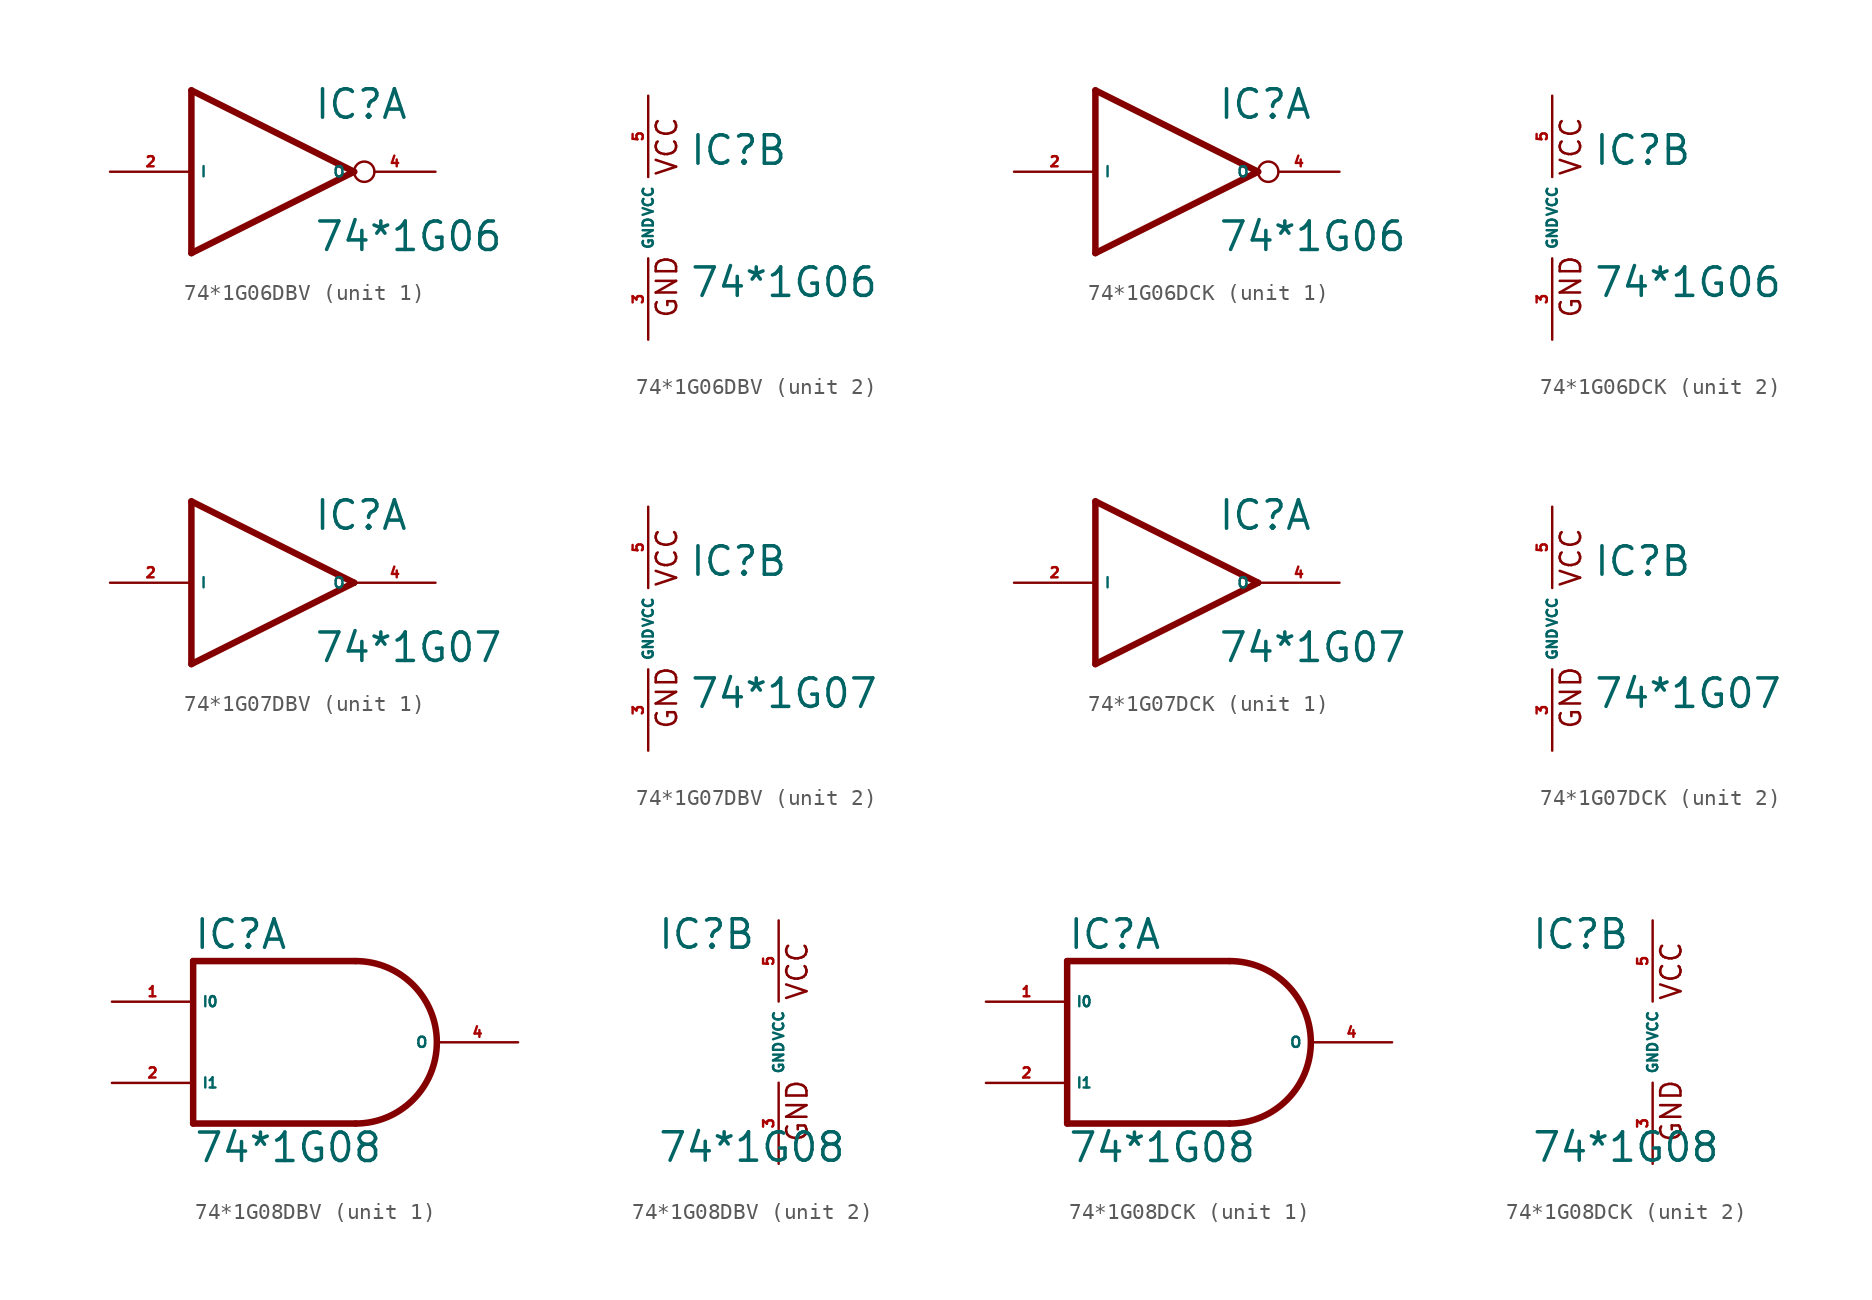
<source format=kicad_sym>
(kicad_symbol_lib
  (version 20220914)
  (generator Eagle2Kicad)
  (symbol "74*1G06DBV"
    (property "Reference" "IC"
      (at 2.54 3.175 0)
      (effects (font (size 1.778 1.778) (thickness 0.22)) (justify left bottom)))
    (property "Value" "74*1G06"
      (at 2.54 -5.08 0)
      (effects (font (size 1.778 1.778) (thickness 0.22)) (justify left bottom)))
    (symbol "74*1G06DBV_1_0"
      (polyline (pts (xy -5.08 5.08) (xy 5.08 0)) (stroke (width 0.406) (type default)) (fill (type none)))
      (polyline (pts (xy 5.08 0) (xy -5.08 -5.08)) (stroke (width 0.406) (type default)) (fill (type none)))
      (polyline (pts (xy -5.08 -5.08) (xy -5.08 5.08)) (stroke (width 0.406) (type default)) (fill (type none)))
      (pin input line (at -10.16 0 0) (length 5.08) (name "I" (effects (font (size 0.635 0.635) (thickness 0.08)) (justify left bottom))) (number "2" (effects (font (size 0.635 0.635) (thickness 0.08)) (justify left bottom))))
      (pin open_collector inverted (at 10.16 0 180) (length 5.08) (name "O" (effects (font (size 0.635 0.635) (thickness 0.08)) (justify left bottom))) (number "4" (effects (font (size 0.635 0.635) (thickness 0.08)) (justify left bottom)))))
    (symbol "74*1G06DBV_2_0"
      (text "GND" (at 1.905 -6.35 900) (effects (font (size 1.27 1.27) (thickness 0.16)) (justify left bottom)))
      (text "VCC" (at 1.905 2.54 900) (effects (font (size 1.27 1.27) (thickness 0.16)) (justify left bottom)))
      (pin unspecified line (at 0 -7.62 90) (length 5.08) (name "GND" (effects (font (size 0.635 0.635) (thickness 0.08)) (justify left bottom))) (number "3" (effects (font (size 0.635 0.635) (thickness 0.08)) (justify left bottom))))
      (pin unspecified line (at 0 7.62 270) (length 5.08) (name "VCC" (effects (font (size 0.635 0.635) (thickness 0.08)) (justify left bottom))) (number "5" (effects (font (size 0.635 0.635) (thickness 0.08)) (justify left bottom))))))
  (symbol "74*1G06DCK"
    (property "Reference" "IC"
      (at 2.54 3.175 0)
      (effects (font (size 1.778 1.778) (thickness 0.22)) (justify left bottom)))
    (property "Value" "74*1G06"
      (at 2.54 -5.08 0)
      (effects (font (size 1.778 1.778) (thickness 0.22)) (justify left bottom)))
    (symbol "74*1G06DCK_1_0"
      (polyline (pts (xy -5.08 5.08) (xy 5.08 0)) (stroke (width 0.406) (type default)) (fill (type none)))
      (polyline (pts (xy 5.08 0) (xy -5.08 -5.08)) (stroke (width 0.406) (type default)) (fill (type none)))
      (polyline (pts (xy -5.08 -5.08) (xy -5.08 5.08)) (stroke (width 0.406) (type default)) (fill (type none)))
      (pin input line (at -10.16 0 0) (length 5.08) (name "I" (effects (font (size 0.635 0.635) (thickness 0.08)) (justify left bottom))) (number "2" (effects (font (size 0.635 0.635) (thickness 0.08)) (justify left bottom))))
      (pin open_collector inverted (at 10.16 0 180) (length 5.08) (name "O" (effects (font (size 0.635 0.635) (thickness 0.08)) (justify left bottom))) (number "4" (effects (font (size 0.635 0.635) (thickness 0.08)) (justify left bottom)))))
    (symbol "74*1G06DCK_2_0"
      (text "GND" (at 1.905 -6.35 900) (effects (font (size 1.27 1.27) (thickness 0.16)) (justify left bottom)))
      (text "VCC" (at 1.905 2.54 900) (effects (font (size 1.27 1.27) (thickness 0.16)) (justify left bottom)))
      (pin unspecified line (at 0 -7.62 90) (length 5.08) (name "GND" (effects (font (size 0.635 0.635) (thickness 0.08)) (justify left bottom))) (number "3" (effects (font (size 0.635 0.635) (thickness 0.08)) (justify left bottom))))
      (pin unspecified line (at 0 7.62 270) (length 5.08) (name "VCC" (effects (font (size 0.635 0.635) (thickness 0.08)) (justify left bottom))) (number "5" (effects (font (size 0.635 0.635) (thickness 0.08)) (justify left bottom))))))
  (symbol "74*1G07DBV"
    (property "Reference" "IC"
      (at 2.54 3.175 0)
      (effects (font (size 1.778 1.778) (thickness 0.22)) (justify left bottom)))
    (property "Value" "74*1G07"
      (at 2.54 -5.08 0)
      (effects (font (size 1.778 1.778) (thickness 0.22)) (justify left bottom)))
    (symbol "74*1G07DBV_1_0"
      (polyline (pts (xy -5.08 5.08) (xy 5.08 0)) (stroke (width 0.406) (type default)) (fill (type none)))
      (polyline (pts (xy 5.08 0) (xy -5.08 -5.08)) (stroke (width 0.406) (type default)) (fill (type none)))
      (polyline (pts (xy -5.08 -5.08) (xy -5.08 5.08)) (stroke (width 0.406) (type default)) (fill (type none)))
      (pin input line (at -10.16 0 0) (length 5.08) (name "I" (effects (font (size 0.635 0.635) (thickness 0.08)) (justify left bottom))) (number "2" (effects (font (size 0.635 0.635) (thickness 0.08)) (justify left bottom))))
      (pin open_collector line (at 10.16 0 180) (length 5.08) (name "O" (effects (font (size 0.635 0.635) (thickness 0.08)) (justify left bottom))) (number "4" (effects (font (size 0.635 0.635) (thickness 0.08)) (justify left bottom)))))
    (symbol "74*1G07DBV_2_0"
      (text "GND" (at 1.905 -6.35 900) (effects (font (size 1.27 1.27) (thickness 0.16)) (justify left bottom)))
      (text "VCC" (at 1.905 2.54 900) (effects (font (size 1.27 1.27) (thickness 0.16)) (justify left bottom)))
      (pin unspecified line (at 0 -7.62 90) (length 5.08) (name "GND" (effects (font (size 0.635 0.635) (thickness 0.08)) (justify left bottom))) (number "3" (effects (font (size 0.635 0.635) (thickness 0.08)) (justify left bottom))))
      (pin unspecified line (at 0 7.62 270) (length 5.08) (name "VCC" (effects (font (size 0.635 0.635) (thickness 0.08)) (justify left bottom))) (number "5" (effects (font (size 0.635 0.635) (thickness 0.08)) (justify left bottom))))))
  (symbol "74*1G07DCK"
    (property "Reference" "IC"
      (at 2.54 3.175 0)
      (effects (font (size 1.778 1.778) (thickness 0.22)) (justify left bottom)))
    (property "Value" "74*1G07"
      (at 2.54 -5.08 0)
      (effects (font (size 1.778 1.778) (thickness 0.22)) (justify left bottom)))
    (symbol "74*1G07DCK_1_0"
      (polyline (pts (xy -5.08 5.08) (xy 5.08 0)) (stroke (width 0.406) (type default)) (fill (type none)))
      (polyline (pts (xy 5.08 0) (xy -5.08 -5.08)) (stroke (width 0.406) (type default)) (fill (type none)))
      (polyline (pts (xy -5.08 -5.08) (xy -5.08 5.08)) (stroke (width 0.406) (type default)) (fill (type none)))
      (pin input line (at -10.16 0 0) (length 5.08) (name "I" (effects (font (size 0.635 0.635) (thickness 0.08)) (justify left bottom))) (number "2" (effects (font (size 0.635 0.635) (thickness 0.08)) (justify left bottom))))
      (pin open_collector line (at 10.16 0 180) (length 5.08) (name "O" (effects (font (size 0.635 0.635) (thickness 0.08)) (justify left bottom))) (number "4" (effects (font (size 0.635 0.635) (thickness 0.08)) (justify left bottom)))))
    (symbol "74*1G07DCK_2_0"
      (text "GND" (at 1.905 -6.35 900) (effects (font (size 1.27 1.27) (thickness 0.16)) (justify left bottom)))
      (text "VCC" (at 1.905 2.54 900) (effects (font (size 1.27 1.27) (thickness 0.16)) (justify left bottom)))
      (pin unspecified line (at 0 -7.62 90) (length 5.08) (name "GND" (effects (font (size 0.635 0.635) (thickness 0.08)) (justify left bottom))) (number "3" (effects (font (size 0.635 0.635) (thickness 0.08)) (justify left bottom))))
      (pin unspecified line (at 0 7.62 270) (length 5.08) (name "VCC" (effects (font (size 0.635 0.635) (thickness 0.08)) (justify left bottom))) (number "5" (effects (font (size 0.635 0.635) (thickness 0.08)) (justify left bottom))))))
  (symbol "74*1G08DBV"
    (property "Reference" "IC"
      (at -7.62 5.715 0)
      (effects (font (size 1.778 1.778) (thickness 0.22)) (justify left bottom)))
    (property "Value" "74*1G08"
      (at -7.62 -7.62 0)
      (effects (font (size 1.778 1.778) (thickness 0.22)) (justify left bottom)))
    (symbol "74*1G08DBV_1_0"
      (polyline (pts (xy -7.62 5.08) (xy -7.62 -5.08)) (stroke (width 0.406) (type default)) (fill (type none)))
      (polyline (pts (xy -7.62 -5.08) (xy 2.54 -5.08)) (stroke (width 0.406) (type default)) (fill (type none)))
      (arc (start 2.54 -5.08) (mid 7.620 0.000) (end 2.54 5.08) (stroke (width 0.4064) (type default)) (fill (type none)))
      (polyline (pts (xy 2.54 5.08) (xy -7.62 5.08)) (stroke (width 0.406) (type default)) (fill (type none)))
      (pin input line (at -12.7 2.54 0) (length 5.08) (name "I0" (effects (font (size 0.635 0.635) (thickness 0.08)) (justify left bottom))) (number "1" (effects (font (size 0.635 0.635) (thickness 0.08)) (justify left bottom))))
      (pin input line (at -12.7 -2.54 0) (length 5.08) (name "I1" (effects (font (size 0.635 0.635) (thickness 0.08)) (justify left bottom))) (number "2" (effects (font (size 0.635 0.635) (thickness 0.08)) (justify left bottom))))
      (pin output line (at 12.7 0 180) (length 5.08) (name "O" (effects (font (size 0.635 0.635) (thickness 0.08)) (justify left bottom))) (number "4" (effects (font (size 0.635 0.635) (thickness 0.08)) (justify left bottom)))))
    (symbol "74*1G08DBV_2_0"
      (text "GND" (at 1.905 -6.35 900) (effects (font (size 1.27 1.27) (thickness 0.16)) (justify left bottom)))
      (text "VCC" (at 1.905 2.54 900) (effects (font (size 1.27 1.27) (thickness 0.16)) (justify left bottom)))
      (pin unspecified line (at 0 -7.62 90) (length 5.08) (name "GND" (effects (font (size 0.635 0.635) (thickness 0.08)) (justify left bottom))) (number "3" (effects (font (size 0.635 0.635) (thickness 0.08)) (justify left bottom))))
      (pin unspecified line (at 0 7.62 270) (length 5.08) (name "VCC" (effects (font (size 0.635 0.635) (thickness 0.08)) (justify left bottom))) (number "5" (effects (font (size 0.635 0.635) (thickness 0.08)) (justify left bottom))))))
  (symbol "74*1G08DCK"
    (property "Reference" "IC"
      (at -7.62 5.715 0)
      (effects (font (size 1.778 1.778) (thickness 0.22)) (justify left bottom)))
    (property "Value" "74*1G08"
      (at -7.62 -7.62 0)
      (effects (font (size 1.778 1.778) (thickness 0.22)) (justify left bottom)))
    (symbol "74*1G08DCK_1_0"
      (polyline (pts (xy -7.62 5.08) (xy -7.62 -5.08)) (stroke (width 0.406) (type default)) (fill (type none)))
      (polyline (pts (xy -7.62 -5.08) (xy 2.54 -5.08)) (stroke (width 0.406) (type default)) (fill (type none)))
      (arc (start 2.54 -5.08) (mid 7.620 0.000) (end 2.54 5.08) (stroke (width 0.4064) (type default)) (fill (type none)))
      (polyline (pts (xy 2.54 5.08) (xy -7.62 5.08)) (stroke (width 0.406) (type default)) (fill (type none)))
      (pin input line (at -12.7 2.54 0) (length 5.08) (name "I0" (effects (font (size 0.635 0.635) (thickness 0.08)) (justify left bottom))) (number "1" (effects (font (size 0.635 0.635) (thickness 0.08)) (justify left bottom))))
      (pin input line (at -12.7 -2.54 0) (length 5.08) (name "I1" (effects (font (size 0.635 0.635) (thickness 0.08)) (justify left bottom))) (number "2" (effects (font (size 0.635 0.635) (thickness 0.08)) (justify left bottom))))
      (pin output line (at 12.7 0 180) (length 5.08) (name "O" (effects (font (size 0.635 0.635) (thickness 0.08)) (justify left bottom))) (number "4" (effects (font (size 0.635 0.635) (thickness 0.08)) (justify left bottom)))))
    (symbol "74*1G08DCK_2_0"
      (text "GND" (at 1.905 -6.35 900) (effects (font (size 1.27 1.27) (thickness 0.16)) (justify left bottom)))
      (text "VCC" (at 1.905 2.54 900) (effects (font (size 1.27 1.27) (thickness 0.16)) (justify left bottom)))
      (pin unspecified line (at 0 -7.62 90) (length 5.08) (name "GND" (effects (font (size 0.635 0.635) (thickness 0.08)) (justify left bottom))) (number "3" (effects (font (size 0.635 0.635) (thickness 0.08)) (justify left bottom))))
      (pin unspecified line (at 0 7.62 270) (length 5.08) (name "VCC" (effects (font (size 0.635 0.635) (thickness 0.08)) (justify left bottom))) (number "5" (effects (font (size 0.635 0.635) (thickness 0.08)) (justify left bottom)))))))
</source>
